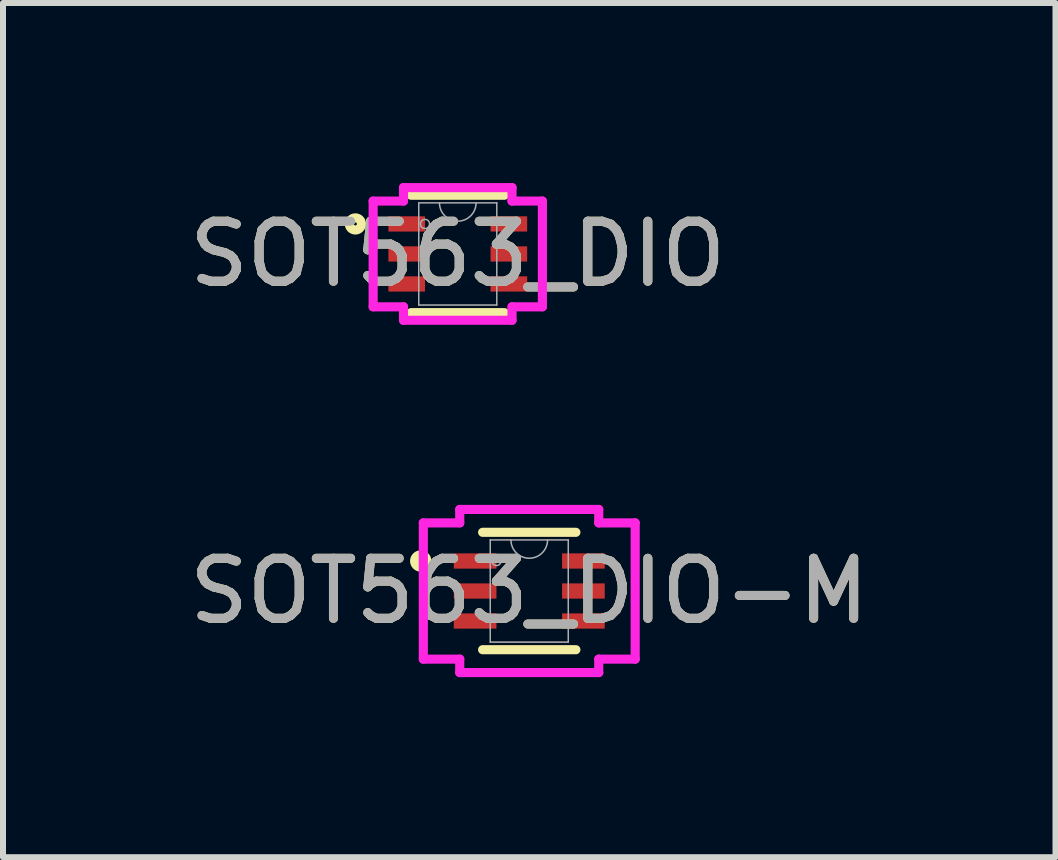
<source format=kicad_pcb>
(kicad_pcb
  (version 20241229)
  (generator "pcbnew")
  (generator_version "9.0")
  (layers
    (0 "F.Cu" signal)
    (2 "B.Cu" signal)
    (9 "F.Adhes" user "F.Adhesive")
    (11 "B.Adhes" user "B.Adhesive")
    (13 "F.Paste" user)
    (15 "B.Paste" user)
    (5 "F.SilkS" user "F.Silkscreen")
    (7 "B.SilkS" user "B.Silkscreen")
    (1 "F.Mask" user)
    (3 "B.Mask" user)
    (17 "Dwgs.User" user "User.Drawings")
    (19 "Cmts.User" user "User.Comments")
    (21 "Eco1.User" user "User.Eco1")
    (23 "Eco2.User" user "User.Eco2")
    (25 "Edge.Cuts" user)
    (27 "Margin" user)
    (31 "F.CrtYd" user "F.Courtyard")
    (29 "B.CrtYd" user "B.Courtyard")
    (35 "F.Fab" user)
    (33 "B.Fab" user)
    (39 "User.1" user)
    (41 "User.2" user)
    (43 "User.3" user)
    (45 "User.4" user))
  (footprint "SOT563_DIO-M"
    (layer "F.Cu")
    (at 5.768 6.797)
    (property "Reference" "SOT563_DIO-M" (at 0 0 0) (unlocked yes) (layer "F.SilkS") (effects (font (size 1 1) (thickness 0.15))))
    (attr smd)
    (fp_line (start -0.777 0.978) (end 0.777 0.978) (stroke (width 0.152) (type solid)) (layer "F.SilkS"))
    (fp_line (start 0.777 -0.978) (end -0.777 -0.978) (stroke (width 0.152) (type solid)) (layer "F.SilkS"))
    (fp_circle (center -1.808 -0.5) (end -1.706 -0.5) (stroke (width 0.152) (type solid)) (fill no) (layer "F.SilkS"))
    (fp_line (start -1.765 -1.135) (end -1.158 -1.135) (stroke (width 0.152) (type solid)) (layer "F.CrtYd"))
    (fp_line (start -1.765 1.135) (end -1.765 -1.135) (stroke (width 0.152) (type solid)) (layer "F.CrtYd"))
    (fp_line (start -1.765 1.135) (end -1.158 1.135) (stroke (width 0.152) (type solid)) (layer "F.CrtYd"))
    (fp_line (start -1.158 -1.359) (end 1.158 -1.359) (stroke (width 0.152) (type solid)) (layer "F.CrtYd"))
    (fp_line (start -1.158 -1.135) (end -1.158 -1.359) (stroke (width 0.152) (type solid)) (layer "F.CrtYd"))
    (fp_line (start -1.158 1.359) (end -1.158 1.135) (stroke (width 0.152) (type solid)) (layer "F.CrtYd"))
    (fp_line (start 1.158 -1.359) (end 1.158 -1.135) (stroke (width 0.152) (type solid)) (layer "F.CrtYd"))
    (fp_line (start 1.158 1.135) (end 1.158 1.359) (stroke (width 0.152) (type solid)) (layer "F.CrtYd"))
    (fp_line (start 1.158 1.359) (end -1.158 1.359) (stroke (width 0.152) (type solid)) (layer "F.CrtYd"))
    (fp_line (start 1.765 -1.135) (end 1.158 -1.135) (stroke (width 0.152) (type solid)) (layer "F.CrtYd"))
    (fp_line (start 1.765 -1.135) (end 1.765 1.135) (stroke (width 0.152) (type solid)) (layer "F.CrtYd"))
    (fp_line (start 1.765 1.135) (end 1.158 1.135) (stroke (width 0.152) (type solid)) (layer "F.CrtYd"))
    (fp_line (start -0.65 -0.851) (end -0.65 0.851) (stroke (width 0.025) (type solid)) (layer "F.Fab"))
    (fp_line (start -0.65 0.851) (end 0.65 0.851) (stroke (width 0.025) (type solid)) (layer "F.Fab"))
    (fp_line (start 0.65 -0.851) (end -0.65 -0.851) (stroke (width 0.025) (type solid)) (layer "F.Fab"))
    (fp_line (start 0.65 0.851) (end 0.65 -0.851) (stroke (width 0.025) (type solid)) (layer "F.Fab"))
    (fp_arc (start 0.3048 -0.8509) (mid 0 -0.5461) (end -0.3048 -0.8509) (stroke (width 0.0254) (type solid)) (layer "F.Fab"))
    (fp_circle (center -0.546 -0.5) (end -0.47 -0.5) (stroke (width 0.025) (type solid)) (fill no) (layer "F.Fab"))
    (fp_text user "${REFERENCE}" (at 0 0 0) (unlocked yes) (layer "F.Fab") (effects (font (size 1 1) (thickness 0.15))))
    (pad "1" smd rect (at -0.902 -0.5) (size 0.711 0.254) (layers "F.Cu" "F.Mask" "F.Paste"))
    (pad "2" smd rect (at -0.902 0) (size 0.711 0.254) (layers "F.Cu" "F.Mask" "F.Paste"))
    (pad "3" smd rect (at -0.902 0.5) (size 0.711 0.254) (layers "F.Cu" "F.Mask" "F.Paste"))
    (pad "4" smd rect (at 0.902 0.5) (size 0.711 0.254) (layers "F.Cu" "F.Mask" "F.Paste"))
    (pad "5" smd rect (at 0.902 0) (size 0.711 0.254) (layers "F.Cu" "F.Mask" "F.Paste"))
    (pad "6" smd rect (at 0.902 -0.5) (size 0.711 0.254) (layers "F.Cu" "F.Mask" "F.Paste")))
  (footprint "SOT563_DIO"
    (layer "F.Cu")
    (at 4.577 1.181)
    (property "Reference" "SOT563_DIO" (at 0 0 0) (unlocked yes) (layer "F.SilkS") (effects (font (size 1 1) (thickness 0.15))))
    (attr smd)
    (fp_line (start -0.777 0.978) (end 0.777 0.978) (stroke (width 0.152) (type solid)) (layer "F.SilkS"))
    (fp_line (start 0.777 -0.978) (end -0.777 -0.978) (stroke (width 0.152) (type solid)) (layer "F.SilkS"))
    (fp_circle (center -1.706 -0.5) (end -1.605 -0.5) (stroke (width 0.152) (type solid)) (fill no) (layer "F.SilkS"))
    (fp_line (start -1.41 -0.881) (end -0.904 -0.881) (stroke (width 0.152) (type solid)) (layer "F.CrtYd"))
    (fp_line (start -1.41 0.881) (end -1.41 -0.881) (stroke (width 0.152) (type solid)) (layer "F.CrtYd"))
    (fp_line (start -1.41 0.881) (end -0.904 0.881) (stroke (width 0.152) (type solid)) (layer "F.CrtYd"))
    (fp_line (start -0.904 -1.105) (end 0.904 -1.105) (stroke (width 0.152) (type solid)) (layer "F.CrtYd"))
    (fp_line (start -0.904 -0.881) (end -0.904 -1.105) (stroke (width 0.152) (type solid)) (layer "F.CrtYd"))
    (fp_line (start -0.904 1.105) (end -0.904 0.881) (stroke (width 0.152) (type solid)) (layer "F.CrtYd"))
    (fp_line (start 0.904 -1.105) (end 0.904 -0.881) (stroke (width 0.152) (type solid)) (layer "F.CrtYd"))
    (fp_line (start 0.904 0.881) (end 0.904 1.105) (stroke (width 0.152) (type solid)) (layer "F.CrtYd"))
    (fp_line (start 0.904 1.105) (end -0.904 1.105) (stroke (width 0.152) (type solid)) (layer "F.CrtYd"))
    (fp_line (start 1.41 -0.881) (end 0.904 -0.881) (stroke (width 0.152) (type solid)) (layer "F.CrtYd"))
    (fp_line (start 1.41 -0.881) (end 1.41 0.881) (stroke (width 0.152) (type solid)) (layer "F.CrtYd"))
    (fp_line (start 1.41 0.881) (end 0.904 0.881) (stroke (width 0.152) (type solid)) (layer "F.CrtYd"))
    (fp_line (start -0.65 -0.851) (end -0.65 0.851) (stroke (width 0.025) (type solid)) (layer "F.Fab"))
    (fp_line (start -0.65 0.851) (end 0.65 0.851) (stroke (width 0.025) (type solid)) (layer "F.Fab"))
    (fp_line (start 0.65 -0.851) (end -0.65 -0.851) (stroke (width 0.025) (type solid)) (layer "F.Fab"))
    (fp_line (start 0.65 0.851) (end 0.65 -0.851) (stroke (width 0.025) (type solid)) (layer "F.Fab"))
    (fp_arc (start 0.3048 -0.8509) (mid 0 -0.5461) (end -0.3048 -0.8509) (stroke (width 0.0254) (type solid)) (layer "F.Fab"))
    (fp_circle (center -0.546 -0.5) (end -0.47 -0.5) (stroke (width 0.025) (type solid)) (fill no) (layer "F.Fab"))
    (fp_text user "${REFERENCE}" (at 0 0 0) (unlocked yes) (layer "F.Fab") (effects (font (size 1 1) (thickness 0.15))))
    (pad "1" smd rect (at -0.851 -0.5) (size 0.61 0.254) (layers "F.Cu" "F.Mask" "F.Paste"))
    (pad "2" smd rect (at -0.851 0) (size 0.61 0.254) (layers "F.Cu" "F.Mask" "F.Paste"))
    (pad "3" smd rect (at -0.851 0.5) (size 0.61 0.254) (layers "F.Cu" "F.Mask" "F.Paste"))
    (pad "4" smd rect (at 0.851 0.5) (size 0.61 0.254) (layers "F.Cu" "F.Mask" "F.Paste"))
    (pad "5" smd rect (at 0.851 0) (size 0.61 0.254) (layers "F.Cu" "F.Mask" "F.Paste"))
    (pad "6" smd rect (at 0.851 -0.5) (size 0.61 0.254) (layers "F.Cu" "F.Mask" "F.Paste")))
  (gr_rect
    (start -3 -3)
    (end 14.536 11.232)
    (stroke (width 0.1) (type default))
    (fill no)
    (layer "Edge.Cuts")))
</source>
